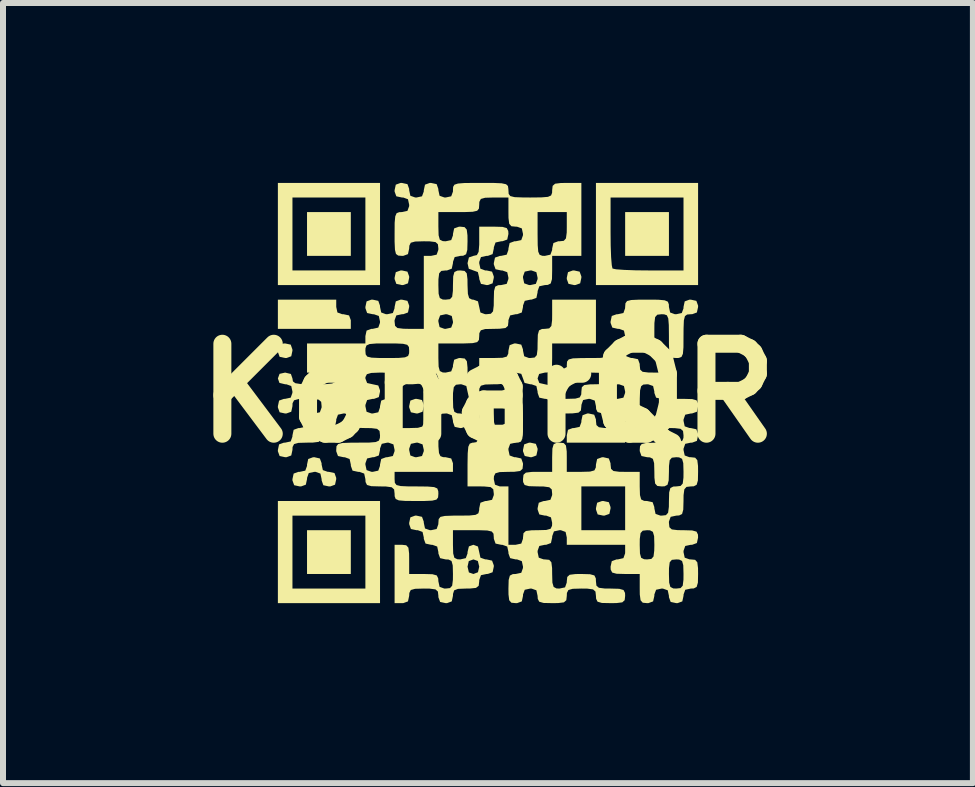
<source format=kicad_pcb>
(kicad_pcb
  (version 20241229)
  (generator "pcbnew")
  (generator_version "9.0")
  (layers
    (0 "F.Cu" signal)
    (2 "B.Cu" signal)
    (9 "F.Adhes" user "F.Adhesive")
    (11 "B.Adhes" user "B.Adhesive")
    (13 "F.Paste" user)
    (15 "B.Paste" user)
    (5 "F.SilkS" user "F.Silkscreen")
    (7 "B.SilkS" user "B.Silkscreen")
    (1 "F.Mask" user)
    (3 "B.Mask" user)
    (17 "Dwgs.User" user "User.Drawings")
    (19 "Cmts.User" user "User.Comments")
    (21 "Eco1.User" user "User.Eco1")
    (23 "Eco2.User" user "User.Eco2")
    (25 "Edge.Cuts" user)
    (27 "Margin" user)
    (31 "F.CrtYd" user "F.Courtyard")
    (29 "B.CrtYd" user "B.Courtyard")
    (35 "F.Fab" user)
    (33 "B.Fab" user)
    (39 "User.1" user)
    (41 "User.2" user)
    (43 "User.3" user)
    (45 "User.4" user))
  (footprint "KonarQR"
    (layer "F.Cu")
    (at 5.086 3.503)
    (property "Reference" "KonarQR" (at 0 0 0) (layer "F.SilkS") (effects (font (size 1.5 1.5) (thickness 0.3))))
    (attr board_only exclude_from_pos_files exclude_from_bom)
    (fp_poly (pts (xy -2.287 -2.652) (xy -2.287 -2.287) (xy -2.652 -2.287) (xy -3.017 -2.287) (xy -3.017 -2.652) (xy -3.017 -3.017) (xy -2.652 -3.017) (xy -2.287 -3.017)) (stroke (width 0) (type solid)) (fill yes) (layer "F.SilkS"))
    (fp_poly (pts (xy -2.287 2.652) (xy -2.287 3.017) (xy -2.652 3.017) (xy -3.017 3.017) (xy -3.017 2.652) (xy -3.017 2.287) (xy -2.652 2.287) (xy -2.287 2.287)) (stroke (width 0) (type solid)) (fill yes) (layer "F.SilkS"))
    (fp_poly (pts (xy 3.017 -2.652) (xy 3.017 -2.287) (xy 2.652 -2.287) (xy 2.287 -2.287) (xy 2.287 -2.652) (xy 2.287 -3.017) (xy 2.652 -3.017) (xy 3.017 -3.017)) (stroke (width 0) (type solid)) (fill yes) (layer "F.SilkS"))
    (fp_poly (pts (xy -3.289 -0.807) (xy -3.261 -0.728) (xy -3.26 -0.706) (xy -3.28 -0.613) (xy -3.359 -0.584) (xy -3.382 -0.584) (xy -3.474 -0.604) (xy -3.503 -0.683) (xy -3.503 -0.706) (xy -3.483 -0.798) (xy -3.404 -0.827) (xy -3.382 -0.827)) (stroke (width 0) (type solid)) (fill yes) (layer "F.SilkS"))
    (fp_poly (pts (xy -1.343 -2.024) (xy -1.314 -1.944) (xy -1.314 -1.922) (xy -1.334 -1.829) (xy -1.413 -1.801) (xy -1.435 -1.8) (xy -1.528 -1.82) (xy -1.557 -1.9) (xy -1.557 -1.922) (xy -1.537 -2.015) (xy -1.458 -2.043) (xy -1.435 -2.044)) (stroke (width 0) (type solid)) (fill yes) (layer "F.SilkS"))
    (fp_poly (pts (xy -1.1 0.117) (xy -1.071 0.197) (xy -1.07 0.219) (xy -1.091 0.312) (xy -1.17 0.34) (xy -1.192 0.341) (xy -1.285 0.321) (xy -1.313 0.241) (xy -1.314 0.219) (xy -1.294 0.126) (xy -1.215 0.098) (xy -1.192 0.097)) (stroke (width 0) (type solid)) (fill yes) (layer "F.SilkS"))
    (fp_poly (pts (xy 0.798 0.847) (xy 0.827 0.926) (xy 0.827 0.949) (xy 0.807 1.041) (xy 0.728 1.07) (xy 0.706 1.07) (xy 0.613 1.05) (xy 0.584 0.971) (xy 0.584 0.949) (xy 0.604 0.856) (xy 0.683 0.828) (xy 0.706 0.827)) (stroke (width 0) (type solid)) (fill yes) (layer "F.SilkS"))
    (fp_poly (pts (xy 1.528 -2.024) (xy 1.557 -1.944) (xy 1.557 -1.922) (xy 1.537 -1.829) (xy 1.458 -1.801) (xy 1.435 -1.8) (xy 1.343 -1.82) (xy 1.314 -1.9) (xy 1.314 -1.922) (xy 1.334 -2.015) (xy 1.413 -2.043) (xy 1.435 -2.044)) (stroke (width 0) (type solid)) (fill yes) (layer "F.SilkS"))
    (fp_poly (pts (xy 2.015 1.82) (xy 2.043 1.9) (xy 2.044 1.922) (xy 2.024 2.015) (xy 1.944 2.043) (xy 1.922 2.044) (xy 1.829 2.024) (xy 1.801 1.944) (xy 1.8 1.922) (xy 1.82 1.829) (xy 1.9 1.801) (xy 1.922 1.8)) (stroke (width 0) (type solid)) (fill yes) (layer "F.SilkS"))
    (fp_poly (pts (xy -2.53 -1.435) (xy -2.51 -1.343) (xy -2.431 -1.314) (xy -2.409 -1.314) (xy -2.316 -1.294) (xy -2.287 -1.215) (xy -2.287 -1.192) (xy -2.287 -1.07) (xy -2.895 -1.07) (xy -3.503 -1.07) (xy -3.503 -1.314) (xy -3.503 -1.557) (xy -3.017 -1.557) (xy -2.53 -1.557)) (stroke (width 0) (type solid)) (fill yes) (layer "F.SilkS"))
    (fp_poly (pts (xy -1.8 -2.652) (xy -1.8 -1.8) (xy -2.652 -1.8) (xy -3.503 -1.8) (xy -3.503 -2.652) (xy -3.26 -2.652) (xy -3.26 -2.044) (xy -2.652 -2.044) (xy -2.044 -2.044) (xy -2.044 -2.652) (xy -2.044 -3.26) (xy -2.652 -3.26) (xy -3.26 -3.26) (xy -3.26 -2.652) (xy -3.503 -2.652) (xy -3.503 -3.503) (xy -2.652 -3.503) (xy -1.8 -3.503)) (stroke (width 0) (type solid)) (fill yes) (layer "F.SilkS"))
    (fp_poly (pts (xy -1.8 2.652) (xy -1.8 3.503) (xy -2.652 3.503) (xy -3.503 3.503) (xy -3.503 2.652) (xy -3.26 2.652) (xy -3.26 3.26) (xy -2.652 3.26) (xy -2.044 3.26) (xy -2.044 2.652) (xy -2.044 2.044) (xy -2.652 2.044) (xy -3.26 2.044) (xy -3.26 2.652) (xy -3.503 2.652) (xy -3.503 1.8) (xy -2.652 1.8) (xy -1.8 1.8)) (stroke (width 0) (type solid)) (fill yes) (layer "F.SilkS"))
    (fp_poly (pts (xy 1.771 0.361) (xy 1.8 0.44) (xy 1.8 0.462) (xy 1.808 0.534) (xy 1.849 0.57) (xy 1.946 0.583) (xy 2.044 0.584) (xy 2.188 0.588) (xy 2.26 0.608) (xy 2.285 0.657) (xy 2.287 0.706) (xy 2.287 0.827) (xy 1.8 0.827) (xy 1.314 0.827) (xy 1.314 0.706) (xy 1.334 0.613) (xy 1.413 0.584) (xy 1.435 0.584) (xy 1.528 0.564) (xy 1.557 0.485) (xy 1.557 0.462) (xy 1.577 0.37) (xy 1.656 0.341) (xy 1.679 0.341)) (stroke (width 0) (type solid)) (fill yes) (layer "F.SilkS"))
    (fp_poly (pts (xy 3.503 -2.652) (xy 3.503 -1.8) (xy 2.652 -1.8) (xy 1.8 -1.8) (xy 1.8 -2.652) (xy 1.8 -2.684) (xy 2.044 -2.684) (xy 2.046 -2.457) (xy 2.053 -2.266) (xy 2.064 -2.132) (xy 2.076 -2.076) (xy 2.135 -2.063) (xy 2.271 -2.053) (xy 2.463 -2.046) (xy 2.684 -2.044) (xy 3.26 -2.044) (xy 3.26 -2.652) (xy 3.26 -3.26) (xy 2.652 -3.26) (xy 2.044 -3.26) (xy 2.044 -2.684) (xy 1.8 -2.684) (xy 1.8 -3.503) (xy 2.652 -3.503) (xy 3.503 -3.503)) (stroke (width 0) (type solid)) (fill yes) (layer "F.SilkS"))
    (fp_poly (pts (xy -2.803 1.091) (xy -2.774 1.17) (xy -2.774 1.192) (xy -2.753 1.285) (xy -2.674 1.313) (xy -2.652 1.314) (xy -2.559 1.334) (xy -2.531 1.413) (xy -2.53 1.435) (xy -2.55 1.528) (xy -2.629 1.557) (xy -2.652 1.557) (xy -2.745 1.537) (xy -2.773 1.458) (xy -2.774 1.435) (xy -2.794 1.343) (xy -2.873 1.314) (xy -2.895 1.314) (xy -2.988 1.334) (xy -3.016 1.413) (xy -3.017 1.435) (xy -3.037 1.528) (xy -3.116 1.557) (xy -3.139 1.557) (xy -3.231 1.537) (xy -3.26 1.458) (xy -3.26 1.435) (xy -3.24 1.343) (xy -3.161 1.314) (xy -3.139 1.314) (xy -3.046 1.294) (xy -3.017 1.215) (xy -3.017 1.192) (xy -2.997 1.1) (xy -2.918 1.071) (xy -2.895 1.07)) (stroke (width 0) (type solid)) (fill yes) (layer "F.SilkS"))
    (fp_poly (pts (xy 0.242 -2.77) (xy 0.314 -2.749) (xy 0.338 -2.701) (xy 0.341 -2.652) (xy 0.321 -2.559) (xy 0.241 -2.531) (xy 0.219 -2.53) (xy 0.126 -2.51) (xy 0.098 -2.431) (xy 0.097 -2.409) (xy 0.077 -2.316) (xy -0.002 -2.287) (xy -0.024 -2.287) (xy -0.117 -2.267) (xy -0.145 -2.188) (xy -0.146 -2.165) (xy -0.126 -2.073) (xy -0.047 -2.044) (xy -0.024 -2.044) (xy 0.068 -2.024) (xy 0.097 -1.944) (xy 0.097 -1.922) (xy 0.077 -1.829) (xy -0.002 -1.801) (xy -0.024 -1.8) (xy -0.117 -1.82) (xy -0.145 -1.9) (xy -0.146 -1.922) (xy -0.169 -2.017) (xy -0.243 -2.044) (xy -0.32 -2.072) (xy -0.341 -2.165) (xy -0.318 -2.261) (xy -0.243 -2.287) (xy -0.185 -2.3) (xy -0.156 -2.354) (xy -0.146 -2.474) (xy -0.146 -2.53) (xy -0.146 -2.774) (xy 0.097 -2.774)) (stroke (width 0) (type solid)) (fill yes) (layer "F.SilkS"))
    (fp_poly (pts (xy 1.557 -2.895) (xy 1.557 -2.287) (xy 1.314 -2.287) (xy 1.07 -2.287) (xy 1.07 -2.044) (xy 1.067 -1.899) (xy 1.046 -1.827) (xy 0.998 -1.803) (xy 0.949 -1.8) (xy 0.856 -1.78) (xy 0.828 -1.701) (xy 0.827 -1.679) (xy 0.807 -1.586) (xy 0.728 -1.558) (xy 0.706 -1.557) (xy 0.613 -1.537) (xy 0.584 -1.458) (xy 0.584 -1.435) (xy 0.564 -1.343) (xy 0.485 -1.314) (xy 0.462 -1.314) (xy 0.37 -1.294) (xy 0.341 -1.215) (xy 0.341 -1.192) (xy 0.333 -1.12) (xy 0.292 -1.084) (xy 0.195 -1.072) (xy 0.097 -1.07) (xy -0.047 -1.067) (xy -0.119 -1.046) (xy -0.144 -0.998) (xy -0.146 -0.949) (xy -0.151 -0.885) (xy -0.18 -0.849) (xy -0.255 -0.832) (xy -0.396 -0.827) (xy -0.487 -0.827) (xy -0.827 -0.827) (xy -0.827 -0.584) (xy -0.823 -0.44) (xy -0.803 -0.367) (xy -0.754 -0.343) (xy -0.706 -0.341) (xy -0.613 -0.361) (xy -0.584 -0.44) (xy -0.584 -0.462) (xy -0.564 -0.555) (xy -0.485 -0.583) (xy -0.462 -0.584) (xy -0.387 -0.575) (xy -0.352 -0.53) (xy -0.341 -0.424) (xy -0.341 -0.365) (xy -0.334 -0.228) (xy -0.308 -0.163) (xy -0.25 -0.146) (xy -0.243 -0.146) (xy -0.182 -0.16) (xy -0.154 -0.22) (xy -0.146 -0.349) (xy -0.146 -0.365) (xy -0.146 -0.584) (xy 0.097 -0.584) (xy 0.242 -0.588) (xy 0.314 -0.608) (xy 0.338 -0.657) (xy 0.341 -0.706) (xy 0.361 -0.798) (xy 0.44 -0.827) (xy 0.462 -0.827) (xy 0.555 -0.807) (xy 0.583 -0.728) (xy 0.584 -0.706) (xy 0.604 -0.613) (xy 0.683 -0.584) (xy 0.706 -0.584) (xy 0.778 -0.592) (xy 0.814 -0.632) (xy 0.826 -0.73) (xy 0.827 -0.827) (xy 0.831 -0.972) (xy 0.851 -1.044) (xy 0.9 -1.068) (xy 0.949 -1.07) (xy 1.021 -1.078) (xy 1.057 -1.119) (xy 1.069 -1.216) (xy 1.07 -1.314) (xy 1.07 -1.557) (xy 1.435 -1.557) (xy 1.8 -1.557) (xy 1.8 -1.192) (xy 1.8 -0.827) (xy 1.435 -0.827) (xy 1.07 -0.827) (xy 1.07 -0.584) (xy 1.067 -0.44) (xy 1.046 -0.367) (xy 0.998 -0.343) (xy 0.949 -0.341) (xy 0.853 -0.318) (xy 0.827 -0.243) (xy 0.856 -0.167) (xy 0.949 -0.146) (xy 1.041 -0.126) (xy 1.07 -0.047) (xy 1.07 -0.024) (xy 1.078 0.048) (xy 1.119 0.084) (xy 1.216 0.096) (xy 1.314 0.097) (xy 1.458 0.093) (xy 1.53 0.073) (xy 1.555 0.024) (xy 1.557 -0.024) (xy 2.044 -0.024) (xy 2.064 0.068) (xy 2.143 0.097) (xy 2.165 0.097) (xy 2.258 0.077) (xy 2.286 -0.002) (xy 2.287 -0.024) (xy 2.267 -0.117) (xy 2.188 -0.145) (xy 2.165 -0.146) (xy 2.073 -0.126) (xy 2.044 -0.047) (xy 2.044 -0.024) (xy 1.557 -0.024) (xy 1.565 -0.097) (xy 1.605 -0.133) (xy 1.703 -0.145) (xy 1.8 -0.146) (xy 1.946 -0.151) (xy 2.019 -0.173) (xy 2.043 -0.221) (xy 2.044 -0.243) (xy 2.035 -0.293) (xy 1.996 -0.322) (xy 1.906 -0.336) (xy 1.744 -0.34) (xy 1.679 -0.341) (xy 1.493 -0.342) (xy 1.384 -0.351) (xy 1.332 -0.375) (xy 1.315 -0.42) (xy 1.314 -0.462) (xy 1.318 -0.524) (xy 1.346 -0.56) (xy 1.416 -0.578) (xy 1.551 -0.583) (xy 1.679 -0.584) (xy 1.864 -0.585) (xy 1.973 -0.595) (xy 2.026 -0.618) (xy 2.042 -0.663) (xy 2.044 -0.706) (xy 2.064 -0.798) (xy 2.143 -0.827) (xy 2.165 -0.827) (xy 2.258 -0.847) (xy 2.286 -0.926) (xy 2.287 -0.949) (xy 2.267 -1.041) (xy 2.188 -1.07) (xy 2.165 -1.07) (xy 2.073 -1.091) (xy 2.044 -1.17) (xy 2.044 -1.192) (xy 2.064 -1.285) (xy 2.143 -1.313) (xy 2.165 -1.314) (xy 2.258 -1.334) (xy 2.286 -1.413) (xy 2.287 -1.435) (xy 2.292 -1.497) (xy 2.319 -1.534) (xy 2.389 -1.551) (xy 2.524 -1.557) (xy 2.652 -1.557) (xy 2.838 -1.556) (xy 2.946 -1.546) (xy 2.999 -1.523) (xy 3.016 -1.478) (xy 3.017 -1.435) (xy 3.037 -1.343) (xy 3.116 -1.314) (xy 3.139 -1.314) (xy 3.231 -1.334) (xy 3.26 -1.413) (xy 3.26 -1.435) (xy 3.28 -1.528) (xy 3.359 -1.557) (xy 3.382 -1.557) (xy 3.474 -1.537) (xy 3.503 -1.458) (xy 3.503 -1.435) (xy 3.483 -1.343) (xy 3.404 -1.314) (xy 3.382 -1.314) (xy 3.32 -1.309) (xy 3.284 -1.282) (xy 3.266 -1.211) (xy 3.261 -1.077) (xy 3.26 -0.949) (xy 3.259 -0.763) (xy 3.25 -0.654) (xy 3.226 -0.602) (xy 3.181 -0.585) (xy 3.139 -0.584) (xy 3.077 -0.588) (xy 3.04 -0.616) (xy 3.023 -0.686) (xy 3.017 -0.821) (xy 3.017 -0.949) (xy 3.015 -1.134) (xy 3.006 -1.243) (xy 2.983 -1.296) (xy 2.938 -1.312) (xy 2.895 -1.314) (xy 2.823 -1.306) (xy 2.787 -1.266) (xy 2.775 -1.168) (xy 2.774 -1.07) (xy 2.774 -0.827) (xy 2.53 -0.827) (xy 2.386 -0.823) (xy 2.314 -0.803) (xy 2.289 -0.754) (xy 2.287 -0.706) (xy 2.307 -0.613) (xy 2.386 -0.584) (xy 2.409 -0.584) (xy 2.501 -0.564) (xy 2.53 -0.485) (xy 2.53 -0.462) (xy 2.538 -0.39) (xy 2.578 -0.354) (xy 2.676 -0.342) (xy 2.774 -0.341) (xy 3.017 -0.341) (xy 3.017 -0.122) (xy 3.017 0.097) (xy 3.26 0.097) (xy 3.405 0.101) (xy 3.477 0.121) (xy 3.501 0.17) (xy 3.503 0.219) (xy 3.483 0.312) (xy 3.404 0.34) (xy 3.382 0.341) (xy 3.289 0.361) (xy 3.261 0.44) (xy 3.26 0.462) (xy 3.28 0.555) (xy 3.359 0.583) (xy 3.382 0.584) (xy 3.474 0.604) (xy 3.503 0.683) (xy 3.503 0.706) (xy 3.483 0.798) (xy 3.404 0.827) (xy 3.382 0.827) (xy 3.289 0.847) (xy 3.261 0.926) (xy 3.26 0.949) (xy 3.28 1.041) (xy 3.359 1.07) (xy 3.382 1.07) (xy 3.454 1.078) (xy 3.49 1.119) (xy 3.502 1.216) (xy 3.503 1.314) (xy 3.5 1.458) (xy 3.479 1.53) (xy 3.431 1.555) (xy 3.382 1.557) (xy 3.31 1.565) (xy 3.274 1.605) (xy 3.261 1.703) (xy 3.26 1.8) (xy 3.256 1.945) (xy 3.236 2.017) (xy 3.187 2.041) (xy 3.139 2.044) (xy 3.046 2.064) (xy 3.017 2.143) (xy 3.017 2.165) (xy 3.025 2.238) (xy 3.065 2.274) (xy 3.163 2.286) (xy 3.26 2.287) (xy 3.405 2.291) (xy 3.477 2.311) (xy 3.501 2.36) (xy 3.503 2.409) (xy 3.483 2.501) (xy 3.404 2.53) (xy 3.382 2.53) (xy 3.289 2.55) (xy 3.261 2.629) (xy 3.26 2.652) (xy 3.28 2.745) (xy 3.359 2.773) (xy 3.382 2.774) (xy 3.454 2.781) (xy 3.49 2.822) (xy 3.502 2.919) (xy 3.503 3.017) (xy 3.5 3.161) (xy 3.479 3.233) (xy 3.431 3.258) (xy 3.382 3.26) (xy 3.289 3.28) (xy 3.261 3.359) (xy 3.26 3.382) (xy 3.24 3.474) (xy 3.161 3.503) (xy 3.139 3.503) (xy 3.046 3.483) (xy 3.017 3.404) (xy 3.017 3.382) (xy 2.997 3.289) (xy 2.918 3.261) (xy 2.895 3.26) (xy 2.803 3.28) (xy 2.774 3.359) (xy 2.774 3.382) (xy 2.753 3.474) (xy 2.674 3.503) (xy 2.652 3.503) (xy 2.58 3.496) (xy 2.544 3.455) (xy 2.531 3.358) (xy 2.53 3.26) (xy 2.53 3.017) (xy 3.017 3.017) (xy 3.021 3.161) (xy 3.041 3.233) (xy 3.09 3.258) (xy 3.139 3.26) (xy 3.211 3.252) (xy 3.247 3.212) (xy 3.259 3.114) (xy 3.26 3.017) (xy 3.256 2.872) (xy 3.236 2.8) (xy 3.187 2.776) (xy 3.139 2.774) (xy 3.066 2.781) (xy 3.03 2.822) (xy 3.018 2.919) (xy 3.017 3.017) (xy 2.53 3.017) (xy 2.287 3.017) (xy 2.143 3.013) (xy 2.071 2.993) (xy 2.046 2.944) (xy 2.044 2.895) (xy 2.064 2.803) (xy 2.143 2.774) (xy 2.165 2.774) (xy 2.258 2.753) (xy 2.286 2.674) (xy 2.287 2.652) (xy 2.287 2.53) (xy 2.53 2.53) (xy 2.534 2.675) (xy 2.554 2.747) (xy 2.603 2.771) (xy 2.652 2.774) (xy 2.724 2.766) (xy 2.76 2.725) (xy 2.772 2.628) (xy 2.774 2.53) (xy 2.77 2.386) (xy 2.749 2.314) (xy 2.701 2.289) (xy 2.652 2.287) (xy 2.58 2.295) (xy 2.544 2.335) (xy 2.531 2.433) (xy 2.53 2.53) (xy 2.287 2.53) (xy 1.8 2.53) (xy 1.314 2.53) (xy 1.314 2.409) (xy 1.294 2.316) (xy 1.215 2.287) (xy 1.192 2.287) (xy 1.1 2.307) (xy 1.071 2.386) (xy 1.07 2.409) (xy 1.05 2.501) (xy 0.971 2.53) (xy 0.949 2.53) (xy 0.856 2.55) (xy 0.828 2.629) (xy 0.827 2.652) (xy 0.847 2.745) (xy 0.926 2.773) (xy 0.949 2.774) (xy 1.021 2.781) (xy 1.057 2.822) (xy 1.069 2.919) (xy 1.07 3.017) (xy 1.074 3.161) (xy 1.095 3.233) (xy 1.143 3.258) (xy 1.192 3.26) (xy 1.285 3.24) (xy 1.313 3.161) (xy 1.314 3.139) (xy 1.322 3.066) (xy 1.362 3.03) (xy 1.459 3.018) (xy 1.557 3.017) (xy 1.701 3.021) (xy 1.774 3.041) (xy 1.798 3.09) (xy 1.8 3.139) (xy 1.808 3.211) (xy 1.849 3.247) (xy 1.946 3.259) (xy 2.044 3.26) (xy 2.188 3.264) (xy 2.26 3.284) (xy 2.285 3.333) (xy 2.287 3.382) (xy 2.279 3.454) (xy 2.239 3.49) (xy 2.141 3.502) (xy 2.044 3.503) (xy 1.899 3.5) (xy 1.827 3.479) (xy 1.803 3.431) (xy 1.8 3.382) (xy 1.792 3.31) (xy 1.752 3.274) (xy 1.655 3.261) (xy 1.557 3.26) (xy 1.413 3.264) (xy 1.341 3.284) (xy 1.316 3.333) (xy 1.314 3.382) (xy 1.306 3.454) (xy 1.266 3.49) (xy 1.168 3.502) (xy 1.07 3.503) (xy 0.926 3.5) (xy 0.854 3.479) (xy 0.83 3.431) (xy 0.827 3.382) (xy 0.807 3.289) (xy 0.728 3.261) (xy 0.706 3.26) (xy 0.613 3.28) (xy 0.584 3.359) (xy 0.584 3.382) (xy 0.564 3.474) (xy 0.485 3.503) (xy 0.462 3.503) (xy 0.39 3.496) (xy 0.354 3.455) (xy 0.342 3.358) (xy 0.341 3.26) (xy 0.345 3.116) (xy 0.365 3.044) (xy 0.413 3.019) (xy 0.462 3.017) (xy 0.555 2.997) (xy 0.583 2.918) (xy 0.584 2.895) (xy 0.564 2.803) (xy 0.485 2.774) (xy 0.462 2.774) (xy 0.37 2.753) (xy 0.341 2.674) (xy 0.341 2.652) (xy 0.321 2.559) (xy 0.241 2.531) (xy 0.219 2.53) (xy 0.126 2.51) (xy 0.098 2.431) (xy 0.097 2.409) (xy 0.092 2.345) (xy 0.063 2.309) (xy -0.011 2.292) (xy -0.152 2.287) (xy -0.243 2.287) (xy -0.584 2.287) (xy -0.584 2.53) (xy -0.58 2.675) (xy -0.56 2.747) (xy -0.511 2.771) (xy -0.462 2.774) (xy -0.37 2.753) (xy -0.341 2.674) (xy -0.341 2.652) (xy -0.318 2.557) (xy -0.243 2.53) (xy -0.167 2.559) (xy -0.146 2.652) (xy -0.126 2.745) (xy -0.047 2.773) (xy -0.024 2.774) (xy 0.068 2.794) (xy 0.097 2.873) (xy 0.097 2.895) (xy 0.077 2.988) (xy -0.002 3.016) (xy -0.024 3.017) (xy -0.117 3.037) (xy -0.145 3.116) (xy -0.146 3.139) (xy -0.155 3.214) (xy -0.2 3.249) (xy -0.306 3.26) (xy -0.365 3.26) (xy -0.5 3.265) (xy -0.564 3.29) (xy -0.583 3.349) (xy -0.584 3.382) (xy -0.604 3.474) (xy -0.683 3.503) (xy -0.706 3.503) (xy -0.798 3.483) (xy -0.827 3.404) (xy -0.827 3.382) (xy -0.835 3.31) (xy -0.875 3.274) (xy -0.973 3.261) (xy -1.07 3.26) (xy -1.215 3.264) (xy -1.287 3.284) (xy -1.311 3.333) (xy -1.314 3.382) (xy -1.334 3.474) (xy -1.413 3.503) (xy -1.435 3.503) (xy -1.557 3.503) (xy -1.557 3.017) (xy -1.557 2.53) (xy -1.435 2.53) (xy -1.363 2.538) (xy -1.327 2.578) (xy -1.315 2.676) (xy -1.314 2.774) (xy -1.314 3.017) (xy -1.07 3.017) (xy -0.926 3.021) (xy -0.854 3.041) (xy -0.83 3.09) (xy -0.827 3.139) (xy -0.807 3.231) (xy -0.728 3.26) (xy -0.706 3.26) (xy -0.633 3.252) (xy -0.597 3.212) (xy -0.585 3.114) (xy -0.584 3.017) (xy -0.587 2.895) (xy -0.341 2.895) (xy -0.318 2.991) (xy -0.243 3.017) (xy -0.167 2.988) (xy -0.146 2.895) (xy -0.169 2.8) (xy -0.243 2.774) (xy -0.32 2.802) (xy -0.341 2.895) (xy -0.587 2.895) (xy -0.588 2.872) (xy -0.608 2.8) (xy -0.657 2.776) (xy -0.706 2.774) (xy -0.798 2.753) (xy -0.827 2.674) (xy -0.827 2.652) (xy -0.847 2.559) (xy -0.926 2.531) (xy -0.949 2.53) (xy -1.041 2.51) (xy -1.07 2.431) (xy -1.07 2.409) (xy -1.091 2.316) (xy -1.17 2.287) (xy -1.192 2.287) (xy -1.285 2.267) (xy -1.313 2.188) (xy -1.314 2.165) (xy -1.294 2.073) (xy -1.215 2.044) (xy -1.192 2.044) (xy -1.1 2.064) (xy -1.071 2.143) (xy -1.07 2.165) (xy -1.05 2.258) (xy -0.971 2.286) (xy -0.949 2.287) (xy -0.856 2.267) (xy -0.828 2.188) (xy -0.827 2.165) (xy -0.822 2.102) (xy -0.793 2.065) (xy -0.719 2.049) (xy -0.577 2.044) (xy -0.487 2.044) (xy -0.309 2.042) (xy -0.207 2.031) (xy -0.16 2.005) (xy -0.147 1.954) (xy -0.146 1.922) (xy -0.126 1.829) (xy -0.047 1.801) (xy -0.024 1.8) (xy 0.068 1.78) (xy 0.097 1.701) (xy 0.097 1.679) (xy 0.088 1.604) (xy 0.044 1.568) (xy -0.063 1.558) (xy -0.122 1.557) (xy -0.341 1.557) (xy -0.341 1.192) (xy -0.338 1.006) (xy -0.328 0.896) (xy -0.304 0.844) (xy -0.261 0.828) (xy -0.243 0.827) (xy -0.194 0.819) (xy -0.164 0.779) (xy -0.15 0.689) (xy -0.146 0.528) (xy -0.146 0.462) (xy -0.148 0.276) (xy -0.159 0.166) (xy -0.183 0.114) (xy -0.226 0.098) (xy -0.243 0.097) (xy -0.32 0.069) (xy -0.341 -0.024) (xy -0.146 -0.024) (xy -0.126 0.068) (xy -0.047 0.097) (xy -0.024 0.097) (xy 0.048 0.105) (xy 0.084 0.145) (xy 0.096 0.243) (xy 0.097 0.341) (xy 0.101 0.485) (xy 0.121 0.557) (xy 0.17 0.582) (xy 0.219 0.584) (xy 0.291 0.576) (xy 0.327 0.536) (xy 0.339 0.438) (xy 0.341 0.341) (xy 0.345 0.196) (xy 0.365 0.124) (xy 0.413 0.1) (xy 0.462 0.097) (xy 0.524 0.102) (xy 0.56 0.129) (xy 0.578 0.2) (xy 0.583 0.334) (xy 0.584 0.462) (xy 0.582 0.648) (xy 0.573 0.757) (xy 0.55 0.809) (xy 0.505 0.826) (xy 0.462 0.827) (xy 0.37 0.847) (xy 0.341 0.926) (xy 0.341 0.949) (xy 0.361 1.041) (xy 0.44 1.07) (xy 0.462 1.07) (xy 0.555 1.091) (xy 0.583 1.17) (xy 0.584 1.192) (xy 0.576 1.264) (xy 0.536 1.3) (xy 0.438 1.313) (xy 0.341 1.314) (xy 0.196 1.318) (xy 0.124 1.338) (xy 0.1 1.387) (xy 0.097 1.435) (xy 0.117 1.528) (xy 0.197 1.557) (xy 0.219 1.557) (xy 0.341 1.557) (xy 0.341 2.044) (xy 0.341 2.53) (xy 0.462 2.53) (xy 0.555 2.51) (xy 0.583 2.431) (xy 0.584 2.409) (xy 0.592 2.336) (xy 0.632 2.3) (xy 0.73 2.288) (xy 0.827 2.287) (xy 0.972 2.283) (xy 1.044 2.263) (xy 1.068 2.214) (xy 1.07 2.165) (xy 1.05 2.073) (xy 0.971 2.044) (xy 0.949 2.044) (xy 0.856 2.024) (xy 0.828 1.944) (xy 0.827 1.922) (xy 1.557 1.922) (xy 1.557 2.287) (xy 1.922 2.287) (xy 2.287 2.287) (xy 2.287 1.922) (xy 2.287 1.557) (xy 1.922 1.557) (xy 1.557 1.557) (xy 1.557 1.922) (xy 0.827 1.922) (xy 0.847 1.829) (xy 0.926 1.801) (xy 0.949 1.8) (xy 1.041 1.78) (xy 1.07 1.701) (xy 1.07 1.679) (xy 1.063 1.607) (xy 1.022 1.571) (xy 0.925 1.558) (xy 0.827 1.557) (xy 0.683 1.553) (xy 0.611 1.533) (xy 0.586 1.484) (xy 0.584 1.435) (xy 0.592 1.363) (xy 0.632 1.327) (xy 0.73 1.315) (xy 0.827 1.314) (xy 1.07 1.314) (xy 1.07 1.07) (xy 1.074 0.926) (xy 1.095 0.854) (xy 1.143 0.83) (xy 1.192 0.827) (xy 1.264 0.835) (xy 1.3 0.875) (xy 1.313 0.973) (xy 1.314 1.07) (xy 1.314 1.314) (xy 1.557 1.314) (xy 1.701 1.31) (xy 1.774 1.29) (xy 1.798 1.241) (xy 1.8 1.192) (xy 1.82 1.1) (xy 1.9 1.071) (xy 1.922 1.07) (xy 2.015 1.091) (xy 2.043 1.17) (xy 2.044 1.192) (xy 2.052 1.264) (xy 2.092 1.3) (xy 2.189 1.313) (xy 2.287 1.314) (xy 2.53 1.314) (xy 2.53 1.557) (xy 2.534 1.701) (xy 2.554 1.774) (xy 2.603 1.798) (xy 2.652 1.8) (xy 2.745 1.82) (xy 2.773 1.9) (xy 2.774 1.922) (xy 2.794 2.015) (xy 2.873 2.043) (xy 2.895 2.044) (xy 2.967 2.036) (xy 3.003 1.996) (xy 3.016 1.898) (xy 3.017 1.8) (xy 3.021 1.656) (xy 3.041 1.584) (xy 3.09 1.559) (xy 3.139 1.557) (xy 3.211 1.549) (xy 3.247 1.509) (xy 3.259 1.411) (xy 3.26 1.314) (xy 3.256 1.169) (xy 3.236 1.097) (xy 3.187 1.073) (xy 3.139 1.07) (xy 3.066 1.078) (xy 3.03 1.119) (xy 3.018 1.216) (xy 3.017 1.314) (xy 3.013 1.458) (xy 2.993 1.53) (xy 2.944 1.555) (xy 2.895 1.557) (xy 2.823 1.549) (xy 2.787 1.509) (xy 2.775 1.411) (xy 2.774 1.314) (xy 2.77 1.169) (xy 2.749 1.097) (xy 2.701 1.073) (xy 2.652 1.07) (xy 2.559 1.05) (xy 2.531 0.971) (xy 2.53 0.949) (xy 2.535 0.887) (xy 2.562 0.851) (xy 2.633 0.833) (xy 2.767 0.828) (xy 2.895 0.827) (xy 3.081 0.826) (xy 3.19 0.817) (xy 3.242 0.793) (xy 3.259 0.748) (xy 3.26 0.706) (xy 3.252 0.633) (xy 3.212 0.597) (xy 3.114 0.585) (xy 3.017 0.584) (xy 2.872 0.58) (xy 2.8 0.56) (xy 2.776 0.511) (xy 2.774 0.462) (xy 2.794 0.37) (xy 2.873 0.341) (xy 2.895 0.341) (xy 2.988 0.321) (xy 3.016 0.241) (xy 3.017 0.219) (xy 2.997 0.126) (xy 2.918 0.098) (xy 2.895 0.097) (xy 2.803 0.077) (xy 2.774 -0.002) (xy 2.774 -0.024) (xy 2.753 -0.117) (xy 2.674 -0.145) (xy 2.652 -0.146) (xy 2.59 -0.141) (xy 2.554 -0.114) (xy 2.536 -0.044) (xy 2.531 0.091) (xy 2.53 0.219) (xy 2.529 0.405) (xy 2.52 0.513) (xy 2.496 0.566) (xy 2.451 0.583) (xy 2.409 0.584) (xy 2.316 0.564) (xy 2.287 0.485) (xy 2.287 0.462) (xy 2.279 0.39) (xy 2.239 0.354) (xy 2.141 0.342) (xy 2.044 0.341) (xy 1.899 0.337) (xy 1.827 0.317) (xy 1.803 0.268) (xy 1.8 0.219) (xy 1.78 0.126) (xy 1.701 0.098) (xy 1.679 0.097) (xy 1.586 0.117) (xy 1.558 0.197) (xy 1.557 0.219) (xy 1.549 0.291) (xy 1.509 0.327) (xy 1.411 0.339) (xy 1.314 0.341) (xy 1.169 0.337) (xy 1.097 0.317) (xy 1.073 0.268) (xy 1.07 0.219) (xy 1.05 0.126) (xy 0.971 0.098) (xy 0.949 0.097) (xy 0.856 0.077) (xy 0.828 -0.002) (xy 0.827 -0.024) (xy 0.807 -0.117) (xy 0.728 -0.145) (xy 0.706 -0.146) (xy 0.61 -0.169) (xy 0.584 -0.243) (xy 0.555 -0.32) (xy 0.462 -0.341) (xy 0.367 -0.318) (xy 0.341 -0.243) (xy 0.328 -0.185) (xy 0.273 -0.156) (xy 0.154 -0.146) (xy 0.097 -0.146) (xy -0.047 -0.142) (xy -0.119 -0.122) (xy -0.144 -0.073) (xy -0.146 -0.024) (xy -0.341 -0.024) (xy -0.361 -0.117) (xy -0.44 -0.145) (xy -0.462 -0.146) (xy -0.534 -0.138) (xy -0.57 -0.098) (xy -0.583 -0.000322) (xy -0.584 0.097) (xy -0.58 0.242) (xy -0.56 0.314) (xy -0.511 0.338) (xy -0.462 0.341) (xy -0.37 0.361) (xy -0.341 0.44) (xy -0.341 0.462) (xy -0.361 0.555) (xy -0.44 0.583) (xy -0.462 0.584) (xy -0.555 0.564) (xy -0.583 0.485) (xy -0.584 0.462) (xy -0.604 0.37) (xy -0.683 0.341) (xy -0.706 0.341) (xy -0.767 0.345) (xy -0.804 0.372) (xy -0.821 0.443) (xy -0.827 0.577) (xy -0.827 0.706) (xy -0.826 0.891) (xy -0.817 1) (xy -0.793 1.052) (xy -0.748 1.069) (xy -0.706 1.07) (xy -0.613 1.091) (xy -0.584 1.17) (xy -0.584 1.192) (xy -0.584 1.314) (xy -1.07 1.314) (xy -1.557 1.314) (xy -1.557 1.435) (xy -1.553 1.497) (xy -1.525 1.534) (xy -1.455 1.551) (xy -1.32 1.557) (xy -1.192 1.557) (xy -1.007 1.559) (xy -0.898 1.568) (xy -0.845 1.591) (xy -0.829 1.636) (xy -0.827 1.679) (xy -0.832 1.741) (xy -0.859 1.777) (xy -0.93 1.794) (xy -1.064 1.8) (xy -1.192 1.8) (xy -1.378 1.799) (xy -1.487 1.79) (xy -1.539 1.766) (xy -1.556 1.721) (xy -1.557 1.679) (xy -1.565 1.607) (xy -1.605 1.571) (xy -1.703 1.558) (xy -1.8 1.557) (xy -1.945 1.553) (xy -2.017 1.533) (xy -2.041 1.484) (xy -2.044 1.435) (xy -2.064 1.343) (xy -2.143 1.314) (xy -2.165 1.314) (xy -2.258 1.294) (xy -2.286 1.215) (xy -2.287 1.192) (xy -2.044 1.192) (xy -2.024 1.285) (xy -1.944 1.313) (xy -1.922 1.314) (xy -1.829 1.294) (xy -1.801 1.215) (xy -1.8 1.192) (xy -1.78 1.1) (xy -1.701 1.071) (xy -1.679 1.07) (xy -1.586 1.05) (xy -1.558 0.971) (xy -1.557 0.949) (xy -1.314 0.949) (xy -1.294 1.041) (xy -1.215 1.07) (xy -1.192 1.07) (xy -1.1 1.05) (xy -1.071 0.971) (xy -1.07 0.949) (xy -1.091 0.856) (xy -1.17 0.828) (xy -1.192 0.827) (xy -1.285 0.847) (xy -1.313 0.926) (xy -1.314 0.949) (xy -1.557 0.949) (xy -1.577 0.856) (xy -1.656 0.828) (xy -1.679 0.827) (xy -1.771 0.847) (xy -1.8 0.926) (xy -1.8 0.949) (xy -1.82 1.041) (xy -1.9 1.07) (xy -1.922 1.07) (xy -2.015 1.091) (xy -2.043 1.17) (xy -2.044 1.192) (xy -2.287 1.192) (xy -2.307 1.1) (xy -2.386 1.071) (xy -2.409 1.07) (xy -2.501 1.05) (xy -2.53 0.971) (xy -2.53 0.949) (xy -2.526 0.887) (xy -2.498 0.851) (xy -2.428 0.833) (xy -2.294 0.828) (xy -2.165 0.827) (xy -1.98 0.826) (xy -1.871 0.817) (xy -1.818 0.793) (xy -1.802 0.748) (xy -1.8 0.706) (xy -1.808 0.633) (xy -1.849 0.597) (xy -1.946 0.585) (xy -2.044 0.584) (xy -2.188 0.58) (xy -2.26 0.56) (xy -2.285 0.511) (xy -2.287 0.462) (xy -2.307 0.37) (xy -2.386 0.341) (xy -2.409 0.341) (xy -2.501 0.361) (xy -2.53 0.44) (xy -2.53 0.462) (xy -2.55 0.555) (xy -2.629 0.583) (xy -2.652 0.584) (xy -2.745 0.604) (xy -2.773 0.683) (xy -2.774 0.706) (xy -2.781 0.778) (xy -2.822 0.814) (xy -2.919 0.826) (xy -3.017 0.827) (xy -3.161 0.831) (xy -3.233 0.851) (xy -3.258 0.9) (xy -3.26 0.949) (xy -3.28 1.041) (xy -3.359 1.07) (xy -3.382 1.07) (xy -3.474 1.05) (xy -3.503 0.971) (xy -3.503 0.949) (xy -3.483 0.856) (xy -3.404 0.828) (xy -3.382 0.827) (xy -3.289 0.807) (xy -3.261 0.728) (xy -3.26 0.706) (xy -3.24 0.613) (xy -3.161 0.584) (xy -3.139 0.584) (xy -3.046 0.564) (xy -3.017 0.485) (xy -3.017 0.462) (xy -2.997 0.37) (xy -2.918 0.341) (xy -2.895 0.341) (xy -2.803 0.321) (xy -2.774 0.241) (xy -2.774 0.219) (xy -2.781 0.147) (xy -2.822 0.111) (xy -2.919 0.098) (xy -3.017 0.097) (xy -3.161 0.101) (xy -3.233 0.121) (xy -3.258 0.17) (xy -3.26 0.219) (xy -3.28 0.312) (xy -3.359 0.34) (xy -3.382 0.341) (xy -3.474 0.321) (xy -3.503 0.241) (xy -3.503 0.219) (xy -3.483 0.126) (xy -3.404 0.098) (xy -3.382 0.097) (xy -3.289 0.077) (xy -3.261 -0.002) (xy -3.26 -0.024) (xy -3.28 -0.117) (xy -3.359 -0.145) (xy -3.382 -0.146) (xy -3.477 -0.169) (xy -3.503 -0.243) (xy -3.475 -0.32) (xy -3.382 -0.341) (xy -3.286 -0.318) (xy -3.26 -0.243) (xy -3.252 -0.194) (xy -3.212 -0.164) (xy -3.122 -0.15) (xy -2.961 -0.146) (xy -2.895 -0.146) (xy -2.709 -0.148) (xy -2.599 -0.159) (xy -2.547 -0.183) (xy -2.531 -0.226) (xy -2.53 -0.243) (xy -2.044 -0.243) (xy -2.015 -0.167) (xy -1.922 -0.146) (xy -1.829 -0.126) (xy -1.801 -0.047) (xy -1.8 -0.024) (xy -1.82 0.068) (xy -1.9 0.097) (xy -1.922 0.097) (xy -2.015 0.117) (xy -2.043 0.197) (xy -2.044 0.219) (xy -2.024 0.312) (xy -1.944 0.34) (xy -1.922 0.341) (xy -1.829 0.321) (xy -1.801 0.241) (xy -1.8 0.219) (xy -1.78 0.126) (xy -1.701 0.098) (xy -1.679 0.097) (xy -1.607 0.105) (xy -1.571 0.145) (xy -1.558 0.243) (xy -1.557 0.341) (xy -1.557 0.584) (xy -1.314 0.584) (xy -1.169 0.58) (xy -1.097 0.56) (xy -1.073 0.511) (xy -1.07 0.462) (xy -1.05 0.37) (xy -0.971 0.341) (xy -0.949 0.341) (xy -0.856 0.321) (xy -0.828 0.241) (xy -0.827 0.219) (xy -0.847 0.126) (xy -0.926 0.098) (xy -0.949 0.097) (xy -1.041 0.077) (xy -1.07 -0.002) (xy -1.07 -0.024) (xy -1.05 -0.117) (xy -0.971 -0.145) (xy -0.949 -0.146) (xy -0.853 -0.169) (xy -0.827 -0.243) (xy -0.856 -0.32) (xy -0.949 -0.341) (xy -1.044 -0.318) (xy -1.07 -0.243) (xy -1.083 -0.185) (xy -1.138 -0.156) (xy -1.258 -0.146) (xy -1.314 -0.146) (xy -1.46 -0.151) (xy -1.533 -0.173) (xy -1.556 -0.221) (xy -1.557 -0.243) (xy -1.57 -0.302) (xy -1.624 -0.331) (xy -1.744 -0.34) (xy -1.8 -0.341) (xy -1.946 -0.335) (xy -2.019 -0.314) (xy -2.043 -0.266) (xy -2.044 -0.243) (xy -2.53 -0.243) (xy -2.543 -0.302) (xy -2.597 -0.331) (xy -2.717 -0.34) (xy -2.774 -0.341) (xy -3.017 -0.341) (xy -3.017 -0.584) (xy -3.017 -0.706) (xy -2.044 -0.706) (xy -2.039 -0.644) (xy -2.012 -0.607) (xy -1.941 -0.59) (xy -1.807 -0.584) (xy -1.679 -0.584) (xy -1.493 -0.585) (xy -1.384 -0.595) (xy -1.332 -0.618) (xy -1.315 -0.663) (xy -1.314 -0.706) (xy -1.318 -0.767) (xy -1.346 -0.804) (xy -1.416 -0.821) (xy -1.551 -0.827) (xy -1.679 -0.827) (xy -1.864 -0.826) (xy -1.973 -0.817) (xy -2.026 -0.793) (xy -2.042 -0.748) (xy -2.044 -0.706) (xy -3.017 -0.706) (xy -3.017 -0.827) (xy -2.53 -0.827) (xy -2.044 -0.827) (xy -2.044 -0.949) (xy -2.024 -1.041) (xy -1.944 -1.07) (xy -1.922 -1.07) (xy -1.829 -1.091) (xy -1.801 -1.17) (xy -1.8 -1.192) (xy -1.82 -1.285) (xy -1.9 -1.313) (xy -1.922 -1.314) (xy -2.015 -1.334) (xy -2.043 -1.413) (xy -2.044 -1.435) (xy -2.024 -1.528) (xy -1.944 -1.557) (xy -1.922 -1.557) (xy -1.829 -1.537) (xy -1.801 -1.458) (xy -1.8 -1.435) (xy -1.78 -1.343) (xy -1.701 -1.314) (xy -1.679 -1.314) (xy -1.586 -1.334) (xy -1.558 -1.413) (xy -1.557 -1.435) (xy -1.537 -1.528) (xy -1.458 -1.557) (xy -1.435 -1.557) (xy -1.343 -1.537) (xy -1.314 -1.458) (xy -1.314 -1.435) (xy -1.334 -1.343) (xy -1.413 -1.314) (xy -1.435 -1.314) (xy -1.528 -1.294) (xy -1.557 -1.215) (xy -1.557 -1.192) (xy -1.549 -1.12) (xy -1.509 -1.084) (xy -1.411 -1.072) (xy -1.314 -1.07) (xy -1.07 -1.07) (xy -1.07 -1.192) (xy -0.827 -1.192) (xy -0.807 -1.1) (xy -0.728 -1.071) (xy -0.706 -1.07) (xy -0.613 -1.091) (xy -0.584 -1.17) (xy -0.584 -1.192) (xy -0.604 -1.285) (xy -0.683 -1.313) (xy -0.706 -1.314) (xy -0.798 -1.294) (xy -0.827 -1.215) (xy -0.827 -1.192) (xy -1.07 -1.192) (xy -1.07 -1.679) (xy -1.07 -2.287) (xy -0.949 -2.287) (xy -0.856 -2.307) (xy -0.828 -2.386) (xy -0.827 -2.409) (xy -0.835 -2.481) (xy -0.875 -2.517) (xy -0.973 -2.529) (xy -1.07 -2.53) (xy -1.215 -2.526) (xy -1.287 -2.506) (xy -1.311 -2.457) (xy -1.314 -2.409) (xy -1.334 -2.316) (xy -1.413 -2.287) (xy -1.435 -2.287) (xy -1.497 -2.292) (xy -1.534 -2.319) (xy -1.551 -2.389) (xy -1.557 -2.524) (xy -1.557 -2.652) (xy -1.556 -2.838) (xy -1.546 -2.946) (xy -1.523 -2.999) (xy -1.478 -3.016) (xy -1.435 -3.017) (xy -0.827 -3.017) (xy -0.827 -2.774) (xy -0.823 -2.629) (xy -0.803 -2.557) (xy -0.754 -2.533) (xy -0.706 -2.53) (xy -0.613 -2.55) (xy -0.584 -2.629) (xy -0.584 -2.652) (xy -0.564 -2.745) (xy -0.485 -2.773) (xy -0.462 -2.774) (xy -0.39 -2.766) (xy -0.354 -2.725) (xy -0.342 -2.628) (xy -0.341 -2.53) (xy -0.345 -2.386) (xy -0.365 -2.314) (xy -0.413 -2.289) (xy -0.462 -2.287) (xy -0.555 -2.267) (xy -0.583 -2.188) (xy -0.584 -2.165) (xy -0.604 -2.073) (xy -0.683 -2.044) (xy -0.706 -2.044) (xy -0.778 -2.036) (xy -0.814 -1.996) (xy -0.826 -1.898) (xy -0.827 -1.8) (xy -0.823 -1.656) (xy -0.803 -1.584) (xy -0.754 -1.559) (xy -0.706 -1.557) (xy -0.633 -1.565) (xy -0.597 -1.605) (xy -0.585 -1.703) (xy -0.584 -1.8) (xy -0.58 -1.945) (xy -0.56 -2.017) (xy -0.511 -2.041) (xy -0.462 -2.044) (xy -0.39 -2.036) (xy -0.354 -1.996) (xy -0.342 -1.898) (xy -0.341 -1.8) (xy -0.335 -1.654) (xy -0.314 -1.582) (xy -0.266 -1.558) (xy -0.243 -1.557) (xy -0.167 -1.529) (xy -0.146 -1.435) (xy -0.126 -1.343) (xy -0.047 -1.314) (xy -0.024 -1.314) (xy 0.048 -1.322) (xy 0.084 -1.362) (xy 0.096 -1.459) (xy 0.097 -1.557) (xy 0.101 -1.701) (xy 0.121 -1.774) (xy 0.17 -1.798) (xy 0.219 -1.8) (xy 0.312 -1.82) (xy 0.34 -1.9) (xy 0.341 -1.922) (xy 0.584 -1.922) (xy 0.604 -1.829) (xy 0.683 -1.801) (xy 0.706 -1.8) (xy 0.798 -1.82) (xy 0.827 -1.9) (xy 0.827 -1.922) (xy 0.807 -2.015) (xy 0.728 -2.043) (xy 0.706 -2.044) (xy 0.613 -2.024) (xy 0.584 -1.944) (xy 0.584 -1.922) (xy 0.341 -1.922) (xy 0.321 -2.015) (xy 0.241 -2.043) (xy 0.219 -2.044) (xy 0.126 -2.064) (xy 0.098 -2.143) (xy 0.097 -2.165) (xy 0.117 -2.258) (xy 0.197 -2.286) (xy 0.219 -2.287) (xy 0.312 -2.307) (xy 0.34 -2.386) (xy 0.341 -2.409) (xy 0.361 -2.501) (xy 0.44 -2.53) (xy 0.462 -2.53) (xy 0.555 -2.55) (xy 0.583 -2.629) (xy 0.584 -2.652) (xy 0.827 -2.652) (xy 0.829 -2.466) (xy 0.838 -2.357) (xy 0.861 -2.305) (xy 0.906 -2.288) (xy 0.949 -2.287) (xy 1.041 -2.307) (xy 1.07 -2.386) (xy 1.07 -2.409) (xy 1.091 -2.501) (xy 1.17 -2.53) (xy 1.192 -2.53) (xy 1.264 -2.538) (xy 1.3 -2.578) (xy 1.313 -2.676) (xy 1.314 -2.774) (xy 1.314 -3.017) (xy 1.07 -3.017) (xy 0.827 -3.017) (xy 0.827 -2.652) (xy 0.584 -2.652) (xy 0.564 -2.745) (xy 0.485 -2.773) (xy 0.462 -2.774) (xy 0.39 -2.781) (xy 0.354 -2.822) (xy 0.342 -2.919) (xy 0.341 -3.017) (xy 0.341 -3.26) (xy 0.097 -3.26) (xy -0.047 -3.256) (xy -0.119 -3.236) (xy -0.144 -3.187) (xy -0.146 -3.139) (xy -0.151 -3.075) (xy -0.18 -3.039) (xy -0.255 -3.022) (xy -0.396 -3.017) (xy -0.487 -3.017) (xy -0.827 -3.017) (xy -1.435 -3.017) (xy -1.343 -3.037) (xy -1.314 -3.116) (xy -1.314 -3.139) (xy -1.334 -3.231) (xy -1.413 -3.26) (xy -1.435 -3.26) (xy -1.528 -3.28) (xy -1.557 -3.359) (xy -1.557 -3.382) (xy -1.537 -3.474) (xy -1.458 -3.503) (xy -1.435 -3.503) (xy -1.343 -3.483) (xy -1.314 -3.404) (xy -1.314 -3.382) (xy -1.294 -3.289) (xy -1.215 -3.261) (xy -1.192 -3.26) (xy -1.1 -3.28) (xy -1.071 -3.359) (xy -1.07 -3.382) (xy -1.05 -3.474) (xy -0.971 -3.503) (xy -0.949 -3.503) (xy -0.856 -3.483) (xy -0.828 -3.404) (xy -0.827 -3.382) (xy -0.807 -3.289) (xy -0.728 -3.261) (xy -0.706 -3.26) (xy -0.613 -3.28) (xy -0.584 -3.359) (xy -0.584 -3.382) (xy -0.581 -3.438) (xy -0.559 -3.474) (xy -0.5 -3.493) (xy -0.387 -3.502) (xy -0.2 -3.503) (xy -0.122 -3.503) (xy 0.093 -3.503) (xy 0.228 -3.497) (xy 0.302 -3.481) (xy 0.333 -3.452) (xy 0.34 -3.402) (xy 0.341 -3.382) (xy 0.345 -3.32) (xy 0.372 -3.284) (xy 0.443 -3.266) (xy 0.577 -3.261) (xy 0.706 -3.26) (xy 0.891 -3.262) (xy 1 -3.271) (xy 1.052 -3.294) (xy 1.069 -3.339) (xy 1.07 -3.382) (xy 1.078 -3.454) (xy 1.119 -3.49) (xy 1.216 -3.502) (xy 1.314 -3.503) (xy 1.557 -3.503)) (stroke (width 0) (type solid)) (fill yes) (layer "F.SilkS")))
  (gr_rect
    (start -3 -3)
    (end 13.171 10.007)
    (stroke (width 0.1) (type default))
    (fill no)
    (layer "Edge.Cuts")))
</source>
